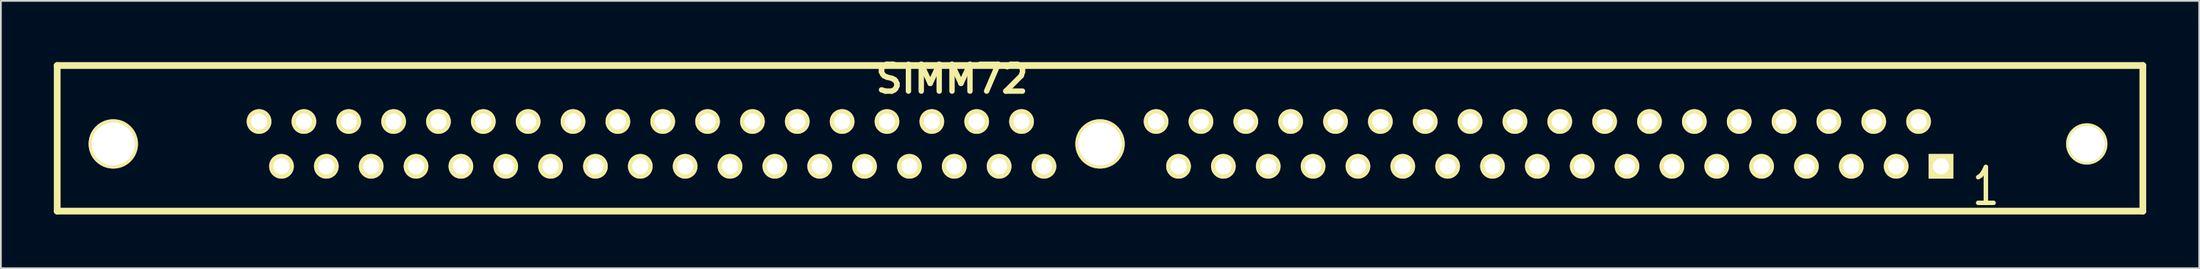
<source format=kicad_pcb>
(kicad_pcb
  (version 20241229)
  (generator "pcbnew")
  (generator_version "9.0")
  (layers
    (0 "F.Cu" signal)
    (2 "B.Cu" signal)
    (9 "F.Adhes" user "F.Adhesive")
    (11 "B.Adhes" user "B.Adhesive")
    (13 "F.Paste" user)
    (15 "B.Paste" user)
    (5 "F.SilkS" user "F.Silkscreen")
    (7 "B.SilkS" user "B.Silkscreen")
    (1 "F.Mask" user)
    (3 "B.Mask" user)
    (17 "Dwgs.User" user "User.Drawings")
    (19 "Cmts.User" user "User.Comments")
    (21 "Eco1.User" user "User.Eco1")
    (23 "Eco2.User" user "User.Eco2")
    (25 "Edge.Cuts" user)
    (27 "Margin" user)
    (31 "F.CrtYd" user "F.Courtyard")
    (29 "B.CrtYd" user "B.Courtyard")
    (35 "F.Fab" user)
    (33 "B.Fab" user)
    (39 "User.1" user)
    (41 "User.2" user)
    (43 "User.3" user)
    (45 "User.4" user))
  (footprint "SIMM72"
    (layer "F.Cu")
    (at 59.245 5.109)
    (property "Reference" "SIMM72" (at -8.382 -3.683 0) (layer "F.SilkS") (effects (font (size 1.524 1.524) (thickness 0.305))))
    (fp_line (start -59.055 -4.445) (end 59.055 -4.445) (stroke (width 0.381) (type solid)) (layer "F.SilkS"))
    (fp_line (start -59.055 3.81) (end -59.055 -4.445) (stroke (width 0.381) (type solid)) (layer "F.SilkS"))
    (fp_line (start 59.055 -4.445) (end 59.055 3.81) (stroke (width 0.381) (type solid)) (layer "F.SilkS"))
    (fp_line (start 59.055 3.81) (end -59.055 3.81) (stroke (width 0.381) (type solid)) (layer "F.SilkS"))
    (fp_text user "1" (at 50.165 2.413 0) (layer "F.SilkS") (effects (font (size 2.032 1.524) (thickness 0.254))))
    (pad "1" thru_hole rect (at 47.625 1.27) (size 1.397 1.397) (drill 0.914) (layers "*.Cu" "*.Mask" "F.SilkS"))
    (pad "2" thru_hole circle (at 46.355 -1.27) (size 1.397 1.397) (drill 0.914) (layers "*.Cu" "*.Mask" "F.SilkS"))
    (pad "3" thru_hole circle (at 45.085 1.27) (size 1.397 1.397) (drill 0.914) (layers "*.Cu" "*.Mask" "F.SilkS"))
    (pad "4" thru_hole circle (at 43.815 -1.27) (size 1.397 1.397) (drill 0.914) (layers "*.Cu" "*.Mask" "F.SilkS"))
    (pad "5" thru_hole circle (at 42.545 1.27) (size 1.397 1.397) (drill 0.914) (layers "*.Cu" "*.Mask" "F.SilkS"))
    (pad "6" thru_hole circle (at 41.275 -1.27) (size 1.397 1.397) (drill 0.914) (layers "*.Cu" "*.Mask" "F.SilkS"))
    (pad "7" thru_hole circle (at 40.005 1.27) (size 1.397 1.397) (drill 0.914) (layers "*.Cu" "*.Mask" "F.SilkS"))
    (pad "8" thru_hole circle (at 38.735 -1.27) (size 1.397 1.397) (drill 0.914) (layers "*.Cu" "*.Mask" "F.SilkS"))
    (pad "9" thru_hole circle (at 37.465 1.27) (size 1.397 1.397) (drill 0.914) (layers "*.Cu" "*.Mask" "F.SilkS"))
    (pad "10" thru_hole circle (at 36.195 -1.27) (size 1.397 1.397) (drill 0.914) (layers "*.Cu" "*.Mask" "F.SilkS"))
    (pad "11" thru_hole circle (at 34.925 1.27) (size 1.397 1.397) (drill 0.914) (layers "*.Cu" "*.Mask" "F.SilkS"))
    (pad "12" thru_hole circle (at 33.655 -1.27) (size 1.397 1.397) (drill 0.914) (layers "*.Cu" "*.Mask" "F.SilkS"))
    (pad "13" thru_hole circle (at 32.385 1.27) (size 1.397 1.397) (drill 0.914) (layers "*.Cu" "*.Mask" "F.SilkS"))
    (pad "14" thru_hole circle (at 31.115 -1.27) (size 1.397 1.397) (drill 0.914) (layers "*.Cu" "*.Mask" "F.SilkS"))
    (pad "15" thru_hole circle (at 29.845 1.27) (size 1.397 1.397) (drill 0.914) (layers "*.Cu" "*.Mask" "F.SilkS"))
    (pad "16" thru_hole circle (at 28.575 -1.27) (size 1.397 1.397) (drill 0.914) (layers "*.Cu" "*.Mask" "F.SilkS"))
    (pad "17" thru_hole circle (at 27.305 1.27) (size 1.397 1.397) (drill 0.914) (layers "*.Cu" "*.Mask" "F.SilkS"))
    (pad "18" thru_hole circle (at 26.035 -1.27) (size 1.397 1.397) (drill 0.914) (layers "*.Cu" "*.Mask" "F.SilkS"))
    (pad "19" thru_hole circle (at 24.765 1.27) (size 1.397 1.397) (drill 0.914) (layers "*.Cu" "*.Mask" "F.SilkS"))
    (pad "20" thru_hole circle (at 23.495 -1.27) (size 1.397 1.397) (drill 0.914) (layers "*.Cu" "*.Mask" "F.SilkS"))
    (pad "21" thru_hole circle (at 22.225 1.27) (size 1.397 1.397) (drill 0.914) (layers "*.Cu" "*.Mask" "F.SilkS"))
    (pad "22" thru_hole circle (at 20.955 -1.27) (size 1.397 1.397) (drill 0.914) (layers "*.Cu" "*.Mask" "F.SilkS"))
    (pad "23" thru_hole circle (at 19.685 1.27) (size 1.397 1.397) (drill 0.914) (layers "*.Cu" "*.Mask" "F.SilkS"))
    (pad "24" thru_hole circle (at 18.415 -1.27) (size 1.397 1.397) (drill 0.914) (layers "*.Cu" "*.Mask" "F.SilkS"))
    (pad "25" thru_hole circle (at 17.145 1.27) (size 1.397 1.397) (drill 0.914) (layers "*.Cu" "*.Mask" "F.SilkS"))
    (pad "26" thru_hole circle (at 15.875 -1.27) (size 1.397 1.397) (drill 0.914) (layers "*.Cu" "*.Mask" "F.SilkS"))
    (pad "27" thru_hole circle (at 14.605 1.27) (size 1.397 1.397) (drill 0.914) (layers "*.Cu" "*.Mask" "F.SilkS"))
    (pad "28" thru_hole circle (at 13.335 -1.27) (size 1.397 1.397) (drill 0.914) (layers "*.Cu" "*.Mask" "F.SilkS"))
    (pad "29" thru_hole circle (at 12.065 1.27) (size 1.397 1.397) (drill 0.914) (layers "*.Cu" "*.Mask" "F.SilkS"))
    (pad "30" thru_hole circle (at 10.795 -1.27) (size 1.397 1.397) (drill 0.914) (layers "*.Cu" "*.Mask" "F.SilkS"))
    (pad "31" thru_hole circle (at 9.525 1.27) (size 1.397 1.397) (drill 0.914) (layers "*.Cu" "*.Mask" "F.SilkS"))
    (pad "32" thru_hole circle (at 8.255 -1.27) (size 1.397 1.397) (drill 0.914) (layers "*.Cu" "*.Mask" "F.SilkS"))
    (pad "33" thru_hole circle (at 6.985 1.27) (size 1.397 1.397) (drill 0.914) (layers "*.Cu" "*.Mask" "F.SilkS"))
    (pad "34" thru_hole circle (at 5.715 -1.27) (size 1.397 1.397) (drill 0.914) (layers "*.Cu" "*.Mask" "F.SilkS"))
    (pad "35" thru_hole circle (at 4.445 1.27) (size 1.397 1.397) (drill 0.914) (layers "*.Cu" "*.Mask" "F.SilkS"))
    (pad "36" thru_hole circle (at 3.175 -1.27) (size 1.397 1.397) (drill 0.914) (layers "*.Cu" "*.Mask" "F.SilkS"))
    (pad "37" thru_hole circle (at -3.175 1.27) (size 1.397 1.397) (drill 0.914) (layers "*.Cu" "*.Mask" "F.SilkS"))
    (pad "38" thru_hole circle (at -4.445 -1.27) (size 1.397 1.397) (drill 0.914) (layers "*.Cu" "*.Mask" "F.SilkS"))
    (pad "39" thru_hole circle (at -5.715 1.27) (size 1.397 1.397) (drill 0.914) (layers "*.Cu" "*.Mask" "F.SilkS"))
    (pad "40" thru_hole circle (at -6.985 -1.27) (size 1.397 1.397) (drill 0.914) (layers "*.Cu" "*.Mask" "F.SilkS"))
    (pad "41" thru_hole circle (at -8.255 1.27) (size 1.397 1.397) (drill 0.914) (layers "*.Cu" "*.Mask" "F.SilkS"))
    (pad "42" thru_hole circle (at -9.525 -1.27) (size 1.397 1.397) (drill 0.914) (layers "*.Cu" "*.Mask" "F.SilkS"))
    (pad "43" thru_hole circle (at -10.795 1.27) (size 1.397 1.397) (drill 0.914) (layers "*.Cu" "*.Mask" "F.SilkS"))
    (pad "44" thru_hole circle (at -12.065 -1.27) (size 1.397 1.397) (drill 0.914) (layers "*.Cu" "*.Mask" "F.SilkS"))
    (pad "45" thru_hole circle (at -13.335 1.27) (size 1.397 1.397) (drill 0.914) (layers "*.Cu" "*.Mask" "F.SilkS"))
    (pad "46" thru_hole circle (at -14.605 -1.27) (size 1.397 1.397) (drill 0.914) (layers "*.Cu" "*.Mask" "F.SilkS"))
    (pad "47" thru_hole circle (at -15.875 1.27) (size 1.397 1.397) (drill 0.914) (layers "*.Cu" "*.Mask" "F.SilkS"))
    (pad "48" thru_hole circle (at -17.145 -1.27) (size 1.397 1.397) (drill 0.914) (layers "*.Cu" "*.Mask" "F.SilkS"))
    (pad "49" thru_hole circle (at -18.415 1.27) (size 1.397 1.397) (drill 0.914) (layers "*.Cu" "*.Mask" "F.SilkS"))
    (pad "50" thru_hole circle (at -19.685 -1.27) (size 1.397 1.397) (drill 0.914) (layers "*.Cu" "*.Mask" "F.SilkS"))
    (pad "51" thru_hole circle (at -20.955 1.27) (size 1.397 1.397) (drill 0.914) (layers "*.Cu" "*.Mask" "F.SilkS"))
    (pad "52" thru_hole circle (at -22.225 -1.27) (size 1.397 1.397) (drill 0.914) (layers "*.Cu" "*.Mask" "F.SilkS"))
    (pad "53" thru_hole circle (at -23.495 1.27) (size 1.397 1.397) (drill 0.914) (layers "*.Cu" "*.Mask" "F.SilkS"))
    (pad "54" thru_hole circle (at -24.765 -1.27) (size 1.397 1.397) (drill 0.914) (layers "*.Cu" "*.Mask" "F.SilkS"))
    (pad "55" thru_hole circle (at -26.035 1.27) (size 1.397 1.397) (drill 0.914) (layers "*.Cu" "*.Mask" "F.SilkS"))
    (pad "56" thru_hole circle (at -27.305 -1.27) (size 1.397 1.397) (drill 0.914) (layers "*.Cu" "*.Mask" "F.SilkS"))
    (pad "57" thru_hole circle (at -28.575 1.27) (size 1.397 1.397) (drill 0.914) (layers "*.Cu" "*.Mask" "F.SilkS"))
    (pad "58" thru_hole circle (at -29.845 -1.27) (size 1.397 1.397) (drill 0.914) (layers "*.Cu" "*.Mask" "F.SilkS"))
    (pad "59" thru_hole circle (at -31.115 1.27) (size 1.397 1.397) (drill 0.914) (layers "*.Cu" "*.Mask" "F.SilkS"))
    (pad "60" thru_hole circle (at -32.385 -1.27) (size 1.397 1.397) (drill 0.914) (layers "*.Cu" "*.Mask" "F.SilkS"))
    (pad "61" thru_hole circle (at -33.655 1.27) (size 1.397 1.397) (drill 0.914) (layers "*.Cu" "*.Mask" "F.SilkS"))
    (pad "62" thru_hole circle (at -34.925 -1.27) (size 1.397 1.397) (drill 0.914) (layers "*.Cu" "*.Mask" "F.SilkS"))
    (pad "63" thru_hole circle (at -36.195 1.27) (size 1.397 1.397) (drill 0.914) (layers "*.Cu" "*.Mask" "F.SilkS"))
    (pad "64" thru_hole circle (at -37.465 -1.27) (size 1.397 1.397) (drill 0.914) (layers "*.Cu" "*.Mask" "F.SilkS"))
    (pad "65" thru_hole circle (at -38.735 1.27) (size 1.397 1.397) (drill 0.914) (layers "*.Cu" "*.Mask" "F.SilkS"))
    (pad "66" thru_hole circle (at -40.005 -1.27) (size 1.397 1.397) (drill 0.914) (layers "*.Cu" "*.Mask" "F.SilkS"))
    (pad "67" thru_hole circle (at -41.275 1.27) (size 1.397 1.397) (drill 0.914) (layers "*.Cu" "*.Mask" "F.SilkS"))
    (pad "68" thru_hole circle (at -42.545 -1.27) (size 1.397 1.397) (drill 0.914) (layers "*.Cu" "*.Mask" "F.SilkS"))
    (pad "69" thru_hole circle (at -43.815 1.27) (size 1.397 1.397) (drill 0.914) (layers "*.Cu" "*.Mask" "F.SilkS"))
    (pad "70" thru_hole circle (at -45.085 -1.27) (size 1.397 1.397) (drill 0.914) (layers "*.Cu" "*.Mask" "F.SilkS"))
    (pad "71" thru_hole circle (at -46.355 1.27) (size 1.397 1.397) (drill 0.914) (layers "*.Cu" "*.Mask" "F.SilkS"))
    (pad "72" thru_hole circle (at -47.625 -1.27) (size 1.397 1.397) (drill 0.914) (layers "*.Cu" "*.Mask" "F.SilkS"))
    (pad "ctr" thru_hole circle (at 0 0) (size 2.794 2.794) (drill 2.438) (layers "*.Cu" "*.Mask" "F.SilkS"))
    (pad "lg" thru_hole circle (at -55.88 0) (size 2.794 2.794) (drill 2.438) (layers "*.Cu" "*.Mask" "F.SilkS"))
    (pad "sm" thru_hole circle (at 55.88 0) (size 2.337 2.337) (drill 2.032) (layers "*.Cu" "*.Mask" "F.SilkS")))
  (gr_rect
    (start -3 -3)
    (end 121.491 12.157)
    (stroke (width 0.1) (type default))
    (fill no)
    (layer "Edge.Cuts")))
</source>
